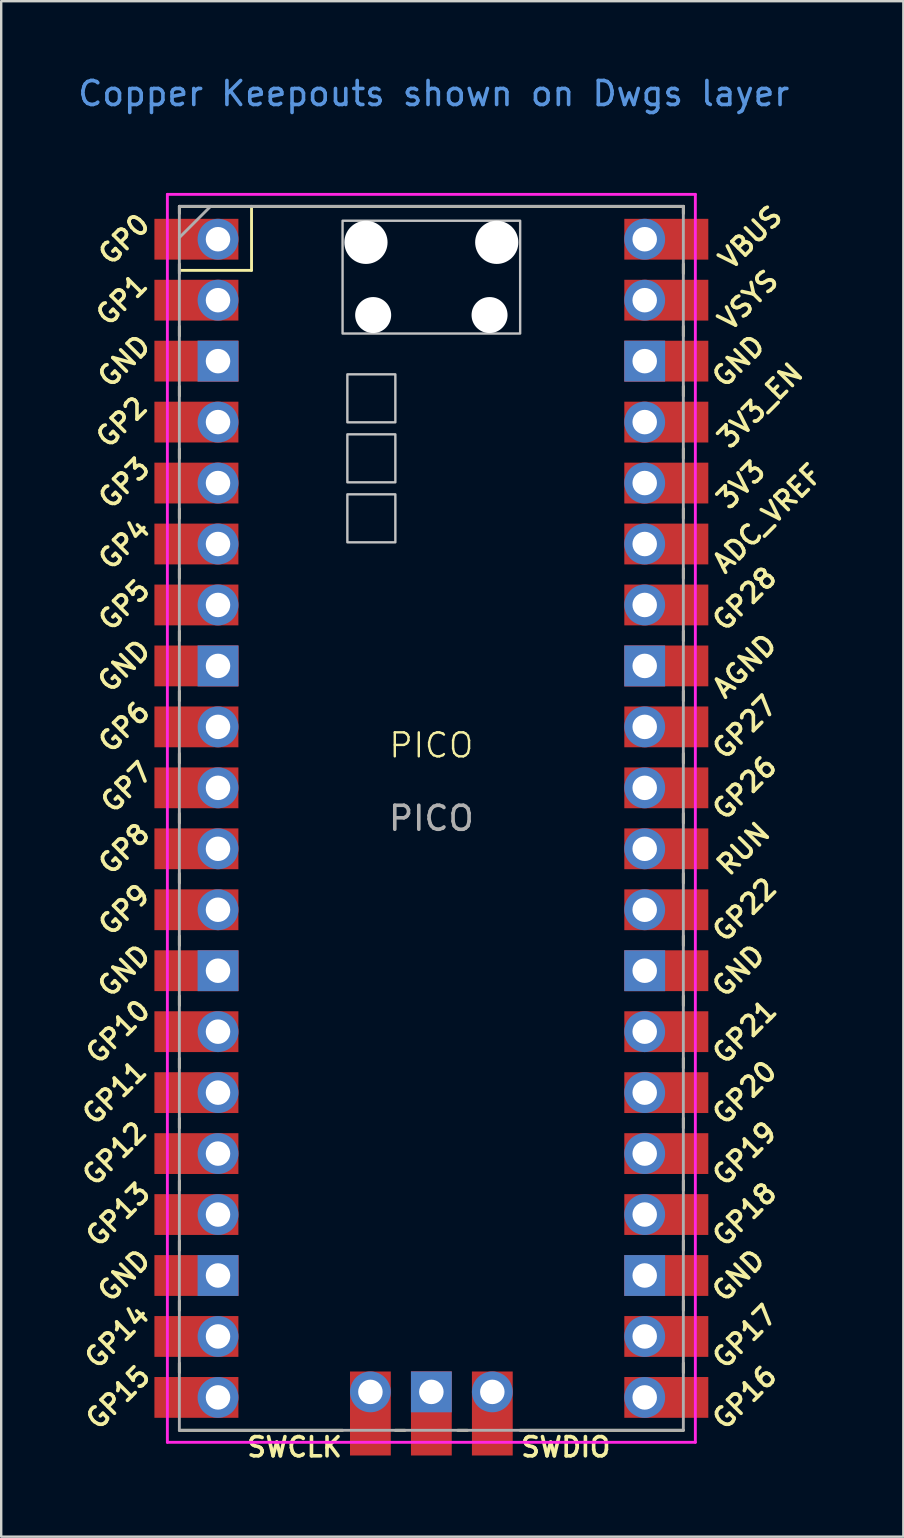
<source format=kicad_pcb>
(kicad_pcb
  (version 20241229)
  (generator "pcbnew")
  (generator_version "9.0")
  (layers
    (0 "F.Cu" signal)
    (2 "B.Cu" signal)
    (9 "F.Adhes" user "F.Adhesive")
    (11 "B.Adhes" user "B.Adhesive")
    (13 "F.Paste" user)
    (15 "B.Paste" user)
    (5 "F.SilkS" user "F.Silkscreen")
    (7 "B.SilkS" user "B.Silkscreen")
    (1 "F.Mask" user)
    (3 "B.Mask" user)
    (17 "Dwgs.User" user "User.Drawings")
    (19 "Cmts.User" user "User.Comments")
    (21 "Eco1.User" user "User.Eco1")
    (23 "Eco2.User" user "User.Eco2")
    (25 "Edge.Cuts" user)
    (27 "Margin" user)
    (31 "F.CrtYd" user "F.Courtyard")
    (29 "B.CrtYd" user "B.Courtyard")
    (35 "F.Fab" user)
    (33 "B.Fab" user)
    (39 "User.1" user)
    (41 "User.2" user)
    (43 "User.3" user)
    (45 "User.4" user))
  (footprint "PICO"
    (layer "F.Cu")
    (at 14.924 28.508)
    (property "Reference" "PICO" (at 0 -0.5 0) (unlocked yes) (layer "F.SilkS") (effects (font (size 1 1) (thickness 0.1))))
    (fp_line (start -10.5 -22.96) (end -10.5 -22.66) (stroke (width 0.12) (type solid)) (layer "F.SilkS"))
    (fp_line (start -10.5 -22.96) (end 10.5 -22.96) (stroke (width 0.12) (type solid)) (layer "F.SilkS"))
    (fp_line (start -10.5 -20.56) (end -10.5 -20.16) (stroke (width 0.12) (type solid)) (layer "F.SilkS"))
    (fp_line (start -10.5 -20.293) (end -7.493 -20.293) (stroke (width 0.12) (type solid)) (layer "F.SilkS"))
    (fp_line (start -10.5 -17.96) (end -10.5 -17.56) (stroke (width 0.12) (type solid)) (layer "F.SilkS"))
    (fp_line (start -10.5 -15.46) (end -10.5 -15.06) (stroke (width 0.12) (type solid)) (layer "F.SilkS"))
    (fp_line (start -10.5 -12.86) (end -10.5 -12.46) (stroke (width 0.12) (type solid)) (layer "F.SilkS"))
    (fp_line (start -10.5 -10.36) (end -10.5 -9.96) (stroke (width 0.12) (type solid)) (layer "F.SilkS"))
    (fp_line (start -10.5 -7.86) (end -10.5 -7.46) (stroke (width 0.12) (type solid)) (layer "F.SilkS"))
    (fp_line (start -10.5 -5.26) (end -10.5 -4.86) (stroke (width 0.12) (type solid)) (layer "F.SilkS"))
    (fp_line (start -10.5 -2.76) (end -10.5 -2.36) (stroke (width 0.12) (type solid)) (layer "F.SilkS"))
    (fp_line (start -10.5 -0.16) (end -10.5 0.24) (stroke (width 0.12) (type solid)) (layer "F.SilkS"))
    (fp_line (start -10.5 2.34) (end -10.5 2.74) (stroke (width 0.12) (type solid)) (layer "F.SilkS"))
    (fp_line (start -10.5 4.84) (end -10.5 5.24) (stroke (width 0.12) (type solid)) (layer "F.SilkS"))
    (fp_line (start -10.5 7.44) (end -10.5 7.84) (stroke (width 0.12) (type solid)) (layer "F.SilkS"))
    (fp_line (start -10.5 9.94) (end -10.5 10.34) (stroke (width 0.12) (type solid)) (layer "F.SilkS"))
    (fp_line (start -10.5 12.54) (end -10.5 12.94) (stroke (width 0.12) (type solid)) (layer "F.SilkS"))
    (fp_line (start -10.5 15.04) (end -10.5 15.44) (stroke (width 0.12) (type solid)) (layer "F.SilkS"))
    (fp_line (start -10.5 17.64) (end -10.5 18.04) (stroke (width 0.12) (type solid)) (layer "F.SilkS"))
    (fp_line (start -10.5 20.14) (end -10.5 20.54) (stroke (width 0.12) (type solid)) (layer "F.SilkS"))
    (fp_line (start -10.5 22.64) (end -10.5 23.04) (stroke (width 0.12) (type solid)) (layer "F.SilkS"))
    (fp_line (start -10.5 25.24) (end -10.5 25.64) (stroke (width 0.12) (type solid)) (layer "F.SilkS"))
    (fp_line (start -7.493 -20.293) (end -7.493 -22.96) (stroke (width 0.12) (type solid)) (layer "F.SilkS"))
    (fp_line (start -3.7 28.04) (end -10.5 28.04) (stroke (width 0.12) (type solid)) (layer "F.SilkS"))
    (fp_line (start -1.5 28.04) (end -1.1 28.04) (stroke (width 0.12) (type solid)) (layer "F.SilkS"))
    (fp_line (start 1.1 28.04) (end 1.5 28.04) (stroke (width 0.12) (type solid)) (layer "F.SilkS"))
    (fp_line (start 10.5 -22.96) (end 10.5 -22.66) (stroke (width 0.12) (type solid)) (layer "F.SilkS"))
    (fp_line (start 10.5 -20.56) (end 10.5 -20.16) (stroke (width 0.12) (type solid)) (layer "F.SilkS"))
    (fp_line (start 10.5 -17.96) (end 10.5 -17.56) (stroke (width 0.12) (type solid)) (layer "F.SilkS"))
    (fp_line (start 10.5 -15.46) (end 10.5 -15.06) (stroke (width 0.12) (type solid)) (layer "F.SilkS"))
    (fp_line (start 10.5 -12.86) (end 10.5 -12.46) (stroke (width 0.12) (type solid)) (layer "F.SilkS"))
    (fp_line (start 10.5 -10.36) (end 10.5 -9.96) (stroke (width 0.12) (type solid)) (layer "F.SilkS"))
    (fp_line (start 10.5 -7.86) (end 10.5 -7.46) (stroke (width 0.12) (type solid)) (layer "F.SilkS"))
    (fp_line (start 10.5 -5.26) (end 10.5 -4.86) (stroke (width 0.12) (type solid)) (layer "F.SilkS"))
    (fp_line (start 10.5 -2.76) (end 10.5 -2.36) (stroke (width 0.12) (type solid)) (layer "F.SilkS"))
    (fp_line (start 10.5 -0.16) (end 10.5 0.24) (stroke (width 0.12) (type solid)) (layer "F.SilkS"))
    (fp_line (start 10.5 2.34) (end 10.5 2.74) (stroke (width 0.12) (type solid)) (layer "F.SilkS"))
    (fp_line (start 10.5 4.84) (end 10.5 5.24) (stroke (width 0.12) (type solid)) (layer "F.SilkS"))
    (fp_line (start 10.5 7.44) (end 10.5 7.84) (stroke (width 0.12) (type solid)) (layer "F.SilkS"))
    (fp_line (start 10.5 9.94) (end 10.5 10.34) (stroke (width 0.12) (type solid)) (layer "F.SilkS"))
    (fp_line (start 10.5 12.54) (end 10.5 12.94) (stroke (width 0.12) (type solid)) (layer "F.SilkS"))
    (fp_line (start 10.5 15.04) (end 10.5 15.44) (stroke (width 0.12) (type solid)) (layer "F.SilkS"))
    (fp_line (start 10.5 17.64) (end 10.5 18.04) (stroke (width 0.12) (type solid)) (layer "F.SilkS"))
    (fp_line (start 10.5 20.14) (end 10.5 20.54) (stroke (width 0.12) (type solid)) (layer "F.SilkS"))
    (fp_line (start 10.5 22.64) (end 10.5 23.04) (stroke (width 0.12) (type solid)) (layer "F.SilkS"))
    (fp_line (start 10.5 25.24) (end 10.5 25.64) (stroke (width 0.12) (type solid)) (layer "F.SilkS"))
    (fp_line (start 10.5 28.04) (end 3.7 28.04) (stroke (width 0.12) (type solid)) (layer "F.SilkS"))
    (fp_poly (pts (xy -1.5 -13.96) (xy -3.5 -13.96) (xy -3.5 -15.96) (xy -1.5 -15.96)) (stroke (width 0.1) (type solid)) (fill no) (layer "Dwgs.User"))
    (fp_poly (pts (xy -1.5 -11.46) (xy -3.5 -11.46) (xy -3.5 -13.46) (xy -1.5 -13.46)) (stroke (width 0.1) (type solid)) (fill no) (layer "Dwgs.User"))
    (fp_poly (pts (xy -1.5 -8.96) (xy -3.5 -8.96) (xy -3.5 -10.96) (xy -1.5 -10.96)) (stroke (width 0.1) (type solid)) (fill no) (layer "Dwgs.User"))
    (fp_poly (pts (xy 3.7 -17.66) (xy -3.7 -17.66) (xy -3.7 -22.36) (xy 3.7 -22.36)) (stroke (width 0.1) (type solid)) (fill no) (layer "Dwgs.User"))
    (fp_line (start -11 -23.46) (end 11 -23.46) (stroke (width 0.12) (type solid)) (layer "F.CrtYd"))
    (fp_line (start -11 28.54) (end -11 -23.46) (stroke (width 0.12) (type solid)) (layer "F.CrtYd"))
    (fp_line (start 11 -23.46) (end 11 28.54) (stroke (width 0.12) (type solid)) (layer "F.CrtYd"))
    (fp_line (start 11 28.54) (end -11 28.54) (stroke (width 0.12) (type solid)) (layer "F.CrtYd"))
    (fp_line (start -10.5 -22.96) (end 10.5 -22.96) (stroke (width 0.12) (type solid)) (layer "F.Fab"))
    (fp_line (start -10.5 -21.66) (end -9.2 -22.96) (stroke (width 0.12) (type solid)) (layer "F.Fab"))
    (fp_line (start -10.5 28.04) (end -10.5 -22.96) (stroke (width 0.12) (type solid)) (layer "F.Fab"))
    (fp_line (start 10.5 -22.96) (end 10.5 28.04) (stroke (width 0.12) (type solid)) (layer "F.Fab"))
    (fp_line (start 10.5 28.04) (end -10.5 28.04) (stroke (width 0.12) (type solid)) (layer "F.Fab"))
    (fp_text user "GP17" (at 13.054 24.13 45) (layer "F.SilkS") (effects (font (size 0.8 0.8) (thickness 0.15))))
    (fp_text user "ADC_VREF" (at 14 -9.96 45) (layer "F.SilkS") (effects (font (size 0.8 0.8) (thickness 0.15))))
    (fp_text user "GP1" (at -12.9 -19.06 45) (layer "F.SilkS") (effects (font (size 0.8 0.8) (thickness 0.15))))
    (fp_text user "GND" (at -12.8 -16.51 45) (layer "F.SilkS") (effects (font (size 0.8 0.8) (thickness 0.15))))
    (fp_text user "GP9" (at -12.8 6.35 45) (layer "F.SilkS") (effects (font (size 0.8 0.8) (thickness 0.15))))
    (fp_text user "SWCLK" (at -5.7 28.74 0) (layer "F.SilkS") (effects (font (size 0.8 0.8) (thickness 0.15))))
    (fp_text user "GP7" (at -12.7 1.24 45) (layer "F.SilkS") (effects (font (size 0.8 0.8) (thickness 0.15))))
    (fp_text user "GP14" (at -13.1 24.13 45) (layer "F.SilkS") (effects (font (size 0.8 0.8) (thickness 0.15))))
    (fp_text user "RUN" (at 13 3.81 45) (layer "F.SilkS") (effects (font (size 0.8 0.8) (thickness 0.15))))
    (fp_text user "GP18" (at 13.054 19.05 45) (layer "F.SilkS") (effects (font (size 0.8 0.8) (thickness 0.15))))
    (fp_text user "GP3" (at -12.8 -11.43 45) (layer "F.SilkS") (effects (font (size 0.8 0.8) (thickness 0.15))))
    (fp_text user "GP26" (at 13.054 1.27 45) (layer "F.SilkS") (effects (font (size 0.8 0.8) (thickness 0.15))))
    (fp_text user "GND" (at 12.8 -16.51 45) (layer "F.SilkS") (effects (font (size 0.8 0.8) (thickness 0.15))))
    (fp_text user "VBUS" (at 13.3 -21.66 45) (layer "F.SilkS") (effects (font (size 0.8 0.8) (thickness 0.15))))
    (fp_text user "3V3_EN" (at 13.7 -14.66 45) (layer "F.SilkS") (effects (font (size 0.8 0.8) (thickness 0.15))))
    (fp_text user "GP27" (at 13.054 -1.26 45) (layer "F.SilkS") (effects (font (size 0.8 0.8) (thickness 0.15))))
    (fp_text user "GP21" (at 13.054 11.44 45) (layer "F.SilkS") (effects (font (size 0.8 0.8) (thickness 0.15))))
    (fp_text user "GND" (at -12.8 -3.81 45) (layer "F.SilkS") (effects (font (size 0.8 0.8) (thickness 0.15))))
    (fp_text user "AGND" (at 13.054 -3.81 45) (layer "F.SilkS") (effects (font (size 0.8 0.8) (thickness 0.15))))
    (fp_text user "SWDIO" (at 5.6 28.74 0) (layer "F.SilkS") (effects (font (size 0.8 0.8) (thickness 0.15))))
    (fp_text user "GP19" (at 13.054 16.51 45) (layer "F.SilkS") (effects (font (size 0.8 0.8) (thickness 0.15))))
    (fp_text user "VSYS" (at 13.2 -19.05 45) (layer "F.SilkS") (effects (font (size 0.8 0.8) (thickness 0.15))))
    (fp_text user "GP20" (at 13.054 13.97 45) (layer "F.SilkS") (effects (font (size 0.8 0.8) (thickness 0.15))))
    (fp_text user "GND" (at -12.8 8.89 45) (layer "F.SilkS") (effects (font (size 0.8 0.8) (thickness 0.15))))
    (fp_text user "GP28" (at 13.054 -6.604 45) (layer "F.SilkS") (effects (font (size 0.8 0.8) (thickness 0.15))))
    (fp_text user "GP12" (at -13.2 16.51 45) (layer "F.SilkS") (effects (font (size 0.8 0.8) (thickness 0.15))))
    (fp_text user "GND" (at 12.8 21.59 45) (layer "F.SilkS") (effects (font (size 0.8 0.8) (thickness 0.15))))
    (fp_text user "GP10" (at -13.054 11.43 45) (layer "F.SilkS") (effects (font (size 0.8 0.8) (thickness 0.15))))
    (fp_text user "GP2" (at -12.9 -13.97 45) (layer "F.SilkS") (effects (font (size 0.8 0.8) (thickness 0.15))))
    (fp_text user "GP5" (at -12.8 -6.35 45) (layer "F.SilkS") (effects (font (size 0.8 0.8) (thickness 0.15))))
    (fp_text user "GP11" (at -13.2 13.97 45) (layer "F.SilkS") (effects (font (size 0.8 0.8) (thickness 0.15))))
    (fp_text user "GND" (at 12.8 8.89 45) (layer "F.SilkS") (effects (font (size 0.8 0.8) (thickness 0.15))))
    (fp_text user "3V3" (at 12.9 -11.36 45) (layer "F.SilkS") (effects (font (size 0.8 0.8) (thickness 0.15))))
    (fp_text user "GP6" (at -12.8 -1.27 45) (layer "F.SilkS") (effects (font (size 0.8 0.8) (thickness 0.15))))
    (fp_text user "GP0" (at -12.8 -21.59 45) (layer "F.SilkS") (effects (font (size 0.8 0.8) (thickness 0.15))))
    (fp_text user "GND" (at -12.8 21.59 45) (layer "F.SilkS") (effects (font (size 0.8 0.8) (thickness 0.15))))
    (fp_text user "GP13" (at -13.054 19.05 45) (layer "F.SilkS") (effects (font (size 0.8 0.8) (thickness 0.15))))
    (fp_text user "GP22" (at 13.054 6.35 45) (layer "F.SilkS") (effects (font (size 0.8 0.8) (thickness 0.15))))
    (fp_text user "GP8" (at -12.8 3.81 45) (layer "F.SilkS") (effects (font (size 0.8 0.8) (thickness 0.15))))
    (fp_text user "GP16" (at 13.054 26.67 45) (layer "F.SilkS") (effects (font (size 0.8 0.8) (thickness 0.15))))
    (fp_text user "GP4" (at -12.8 -8.89 45) (layer "F.SilkS") (effects (font (size 0.8 0.8) (thickness 0.15))))
    (fp_text user "GP15" (at -13.054 26.67 45) (layer "F.SilkS") (effects (font (size 0.8 0.8) (thickness 0.15))))
    (fp_text user "Copper Keepouts shown on Dwgs layer" (at 0.1 -27.66 0) (layer "Cmts.User") (effects (font (size 1 1) (thickness 0.15))))
    (fp_text user "${REFERENCE}" (at 0 2.54 180) (layer "F.Fab") (effects (font (size 1 1) (thickness 0.15))))
    (pad "" np_thru_hole oval (at -2.725 -21.46) (size 1.8 1.8) (drill 1.8) (layers "*.Cu" "*.Mask"))
    (pad "" np_thru_hole oval (at -2.425 -18.43) (size 1.5 1.5) (drill 1.5) (layers "*.Cu" "*.Mask"))
    (pad "" np_thru_hole oval (at 2.425 -18.43) (size 1.5 1.5) (drill 1.5) (layers "*.Cu" "*.Mask"))
    (pad "" np_thru_hole oval (at 2.725 -21.46) (size 1.8 1.8) (drill 1.8) (layers "*.Cu" "*.Mask"))
    (pad "1" thru_hole oval (at -8.89 -21.59) (size 1.7 1.7) (drill 1.02) (layers "*.Cu" "*.Mask"))
    (pad "1" smd rect (at -8.89 -21.59) (size 3.5 1.7) (drill (offset -0.9 0)) (layers "F.Cu" "F.Mask"))
    (pad "2" thru_hole oval (at -8.89 -19.05) (size 1.7 1.7) (drill 1.02) (layers "*.Cu" "*.Mask"))
    (pad "2" smd rect (at -8.89 -19.05) (size 3.5 1.7) (drill (offset -0.9 0)) (layers "F.Cu" "F.Mask"))
    (pad "3" thru_hole rect (at -8.89 -16.51) (size 1.7 1.7) (drill 1.02) (layers "*.Cu" "*.Mask"))
    (pad "3" smd rect (at -8.89 -16.51) (size 3.5 1.7) (drill (offset -0.9 0)) (layers "F.Cu" "F.Mask"))
    (pad "4" thru_hole oval (at -8.89 -13.97) (size 1.7 1.7) (drill 1.02) (layers "*.Cu" "*.Mask"))
    (pad "4" smd rect (at -8.89 -13.97) (size 3.5 1.7) (drill (offset -0.9 0)) (layers "F.Cu" "F.Mask"))
    (pad "5" thru_hole oval (at -8.89 -11.43) (size 1.7 1.7) (drill 1.02) (layers "*.Cu" "*.Mask"))
    (pad "5" smd rect (at -8.89 -11.43) (size 3.5 1.7) (drill (offset -0.9 0)) (layers "F.Cu" "F.Mask"))
    (pad "6" thru_hole oval (at -8.89 -8.89) (size 1.7 1.7) (drill 1.02) (layers "*.Cu" "*.Mask"))
    (pad "6" smd rect (at -8.89 -8.89) (size 3.5 1.7) (drill (offset -0.9 0)) (layers "F.Cu" "F.Mask"))
    (pad "7" thru_hole oval (at -8.89 -6.35) (size 1.7 1.7) (drill 1.02) (layers "*.Cu" "*.Mask"))
    (pad "7" smd rect (at -8.89 -6.35) (size 3.5 1.7) (drill (offset -0.9 0)) (layers "F.Cu" "F.Mask"))
    (pad "8" thru_hole rect (at -8.89 -3.81) (size 1.7 1.7) (drill 1.02) (layers "*.Cu" "*.Mask"))
    (pad "8" smd rect (at -8.89 -3.81) (size 3.5 1.7) (drill (offset -0.9 0)) (layers "F.Cu" "F.Mask"))
    (pad "9" thru_hole oval (at -8.89 -1.27) (size 1.7 1.7) (drill 1.02) (layers "*.Cu" "*.Mask"))
    (pad "9" smd rect (at -8.89 -1.27) (size 3.5 1.7) (drill (offset -0.9 0)) (layers "F.Cu" "F.Mask"))
    (pad "10" thru_hole oval (at -8.89 1.27) (size 1.7 1.7) (drill 1.02) (layers "*.Cu" "*.Mask"))
    (pad "10" smd rect (at -8.89 1.27) (size 3.5 1.7) (drill (offset -0.9 0)) (layers "F.Cu" "F.Mask"))
    (pad "11" thru_hole oval (at -8.89 3.81) (size 1.7 1.7) (drill 1.02) (layers "*.Cu" "*.Mask"))
    (pad "11" smd rect (at -8.89 3.81) (size 3.5 1.7) (drill (offset -0.9 0)) (layers "F.Cu" "F.Mask"))
    (pad "12" thru_hole oval (at -8.89 6.35) (size 1.7 1.7) (drill 1.02) (layers "*.Cu" "*.Mask"))
    (pad "12" smd rect (at -8.89 6.35) (size 3.5 1.7) (drill (offset -0.9 0)) (layers "F.Cu" "F.Mask"))
    (pad "13" thru_hole rect (at -8.89 8.89) (size 1.7 1.7) (drill 1.02) (layers "*.Cu" "*.Mask"))
    (pad "13" smd rect (at -8.89 8.89) (size 3.5 1.7) (drill (offset -0.9 0)) (layers "F.Cu" "F.Mask"))
    (pad "14" thru_hole oval (at -8.89 11.43) (size 1.7 1.7) (drill 1.02) (layers "*.Cu" "*.Mask"))
    (pad "14" smd rect (at -8.89 11.43) (size 3.5 1.7) (drill (offset -0.9 0)) (layers "F.Cu" "F.Mask"))
    (pad "15" thru_hole oval (at -8.89 13.97) (size 1.7 1.7) (drill 1.02) (layers "*.Cu" "*.Mask"))
    (pad "15" smd rect (at -8.89 13.97) (size 3.5 1.7) (drill (offset -0.9 0)) (layers "F.Cu" "F.Mask"))
    (pad "16" thru_hole oval (at -8.89 16.51) (size 1.7 1.7) (drill 1.02) (layers "*.Cu" "*.Mask"))
    (pad "16" smd rect (at -8.89 16.51) (size 3.5 1.7) (drill (offset -0.9 0)) (layers "F.Cu" "F.Mask"))
    (pad "17" thru_hole oval (at -8.89 19.05) (size 1.7 1.7) (drill 1.02) (layers "*.Cu" "*.Mask"))
    (pad "17" smd rect (at -8.89 19.05) (size 3.5 1.7) (drill (offset -0.9 0)) (layers "F.Cu" "F.Mask"))
    (pad "18" thru_hole rect (at -8.89 21.59) (size 1.7 1.7) (drill 1.02) (layers "*.Cu" "*.Mask"))
    (pad "18" smd rect (at -8.89 21.59) (size 3.5 1.7) (drill (offset -0.9 0)) (layers "F.Cu" "F.Mask"))
    (pad "19" thru_hole oval (at -8.89 24.13) (size 1.7 1.7) (drill 1.02) (layers "*.Cu" "*.Mask"))
    (pad "19" smd rect (at -8.89 24.13) (size 3.5 1.7) (drill (offset -0.9 0)) (layers "F.Cu" "F.Mask"))
    (pad "20" thru_hole oval (at -8.89 26.67) (size 1.7 1.7) (drill 1.02) (layers "*.Cu" "*.Mask"))
    (pad "20" smd rect (at -8.89 26.67) (size 3.5 1.7) (drill (offset -0.9 0)) (layers "F.Cu" "F.Mask"))
    (pad "21" thru_hole oval (at 8.89 26.67) (size 1.7 1.7) (drill 1.02) (layers "*.Cu" "*.Mask"))
    (pad "21" smd rect (at 8.89 26.67) (size 3.5 1.7) (drill (offset 0.9 0)) (layers "F.Cu" "F.Mask"))
    (pad "22" thru_hole oval (at 8.89 24.13) (size 1.7 1.7) (drill 1.02) (layers "*.Cu" "*.Mask"))
    (pad "22" smd rect (at 8.89 24.13) (size 3.5 1.7) (drill (offset 0.9 0)) (layers "F.Cu" "F.Mask"))
    (pad "23" thru_hole rect (at 8.89 21.59) (size 1.7 1.7) (drill 1.02) (layers "*.Cu" "*.Mask"))
    (pad "23" smd rect (at 8.89 21.59) (size 3.5 1.7) (drill (offset 0.9 0)) (layers "F.Cu" "F.Mask"))
    (pad "24" thru_hole oval (at 8.89 19.05) (size 1.7 1.7) (drill 1.02) (layers "*.Cu" "*.Mask"))
    (pad "24" smd rect (at 8.89 19.05) (size 3.5 1.7) (drill (offset 0.9 0)) (layers "F.Cu" "F.Mask"))
    (pad "25" thru_hole oval (at 8.89 16.51) (size 1.7 1.7) (drill 1.02) (layers "*.Cu" "*.Mask"))
    (pad "25" smd rect (at 8.89 16.51) (size 3.5 1.7) (drill (offset 0.9 0)) (layers "F.Cu" "F.Mask"))
    (pad "26" thru_hole oval (at 8.89 13.97) (size 1.7 1.7) (drill 1.02) (layers "*.Cu" "*.Mask"))
    (pad "26" smd rect (at 8.89 13.97) (size 3.5 1.7) (drill (offset 0.9 0)) (layers "F.Cu" "F.Mask"))
    (pad "27" thru_hole oval (at 8.89 11.43) (size 1.7 1.7) (drill 1.02) (layers "*.Cu" "*.Mask"))
    (pad "27" smd rect (at 8.89 11.43) (size 3.5 1.7) (drill (offset 0.9 0)) (layers "F.Cu" "F.Mask"))
    (pad "28" thru_hole rect (at 8.89 8.89) (size 1.7 1.7) (drill 1.02) (layers "*.Cu" "*.Mask"))
    (pad "28" smd rect (at 8.89 8.89) (size 3.5 1.7) (drill (offset 0.9 0)) (layers "F.Cu" "F.Mask"))
    (pad "29" thru_hole oval (at 8.89 6.35) (size 1.7 1.7) (drill 1.02) (layers "*.Cu" "*.Mask"))
    (pad "29" smd rect (at 8.89 6.35) (size 3.5 1.7) (drill (offset 0.9 0)) (layers "F.Cu" "F.Mask"))
    (pad "30" thru_hole oval (at 8.89 3.81) (size 1.7 1.7) (drill 1.02) (layers "*.Cu" "*.Mask"))
    (pad "30" smd rect (at 8.89 3.81) (size 3.5 1.7) (drill (offset 0.9 0)) (layers "F.Cu" "F.Mask"))
    (pad "31" thru_hole oval (at 8.89 1.27) (size 1.7 1.7) (drill 1.02) (layers "*.Cu" "*.Mask"))
    (pad "31" smd rect (at 8.89 1.27) (size 3.5 1.7) (drill (offset 0.9 0)) (layers "F.Cu" "F.Mask"))
    (pad "32" thru_hole oval (at 8.89 -1.27) (size 1.7 1.7) (drill 1.02) (layers "*.Cu" "*.Mask"))
    (pad "32" smd rect (at 8.89 -1.27) (size 3.5 1.7) (drill (offset 0.9 0)) (layers "F.Cu" "F.Mask"))
    (pad "33" thru_hole rect (at 8.89 -3.81) (size 1.7 1.7) (drill 1.02) (layers "*.Cu" "*.Mask"))
    (pad "33" smd rect (at 8.89 -3.81) (size 3.5 1.7) (drill (offset 0.9 0)) (layers "F.Cu" "F.Mask"))
    (pad "34" thru_hole oval (at 8.89 -6.35) (size 1.7 1.7) (drill 1.02) (layers "*.Cu" "*.Mask"))
    (pad "34" smd rect (at 8.89 -6.35) (size 3.5 1.7) (drill (offset 0.9 0)) (layers "F.Cu" "F.Mask"))
    (pad "35" thru_hole oval (at 8.89 -8.89) (size 1.7 1.7) (drill 1.02) (layers "*.Cu" "*.Mask"))
    (pad "35" smd rect (at 8.89 -8.89) (size 3.5 1.7) (drill (offset 0.9 0)) (layers "F.Cu" "F.Mask"))
    (pad "36" thru_hole oval (at 8.89 -11.43) (size 1.7 1.7) (drill 1.02) (layers "*.Cu" "*.Mask"))
    (pad "36" smd rect (at 8.89 -11.43) (size 3.5 1.7) (drill (offset 0.9 0)) (layers "F.Cu" "F.Mask"))
    (pad "37" thru_hole oval (at 8.89 -13.97) (size 1.7 1.7) (drill 1.02) (layers "*.Cu" "*.Mask"))
    (pad "37" smd rect (at 8.89 -13.97) (size 3.5 1.7) (drill (offset 0.9 0)) (layers "F.Cu" "F.Mask"))
    (pad "38" thru_hole rect (at 8.89 -16.51) (size 1.7 1.7) (drill 1.02) (layers "*.Cu" "*.Mask"))
    (pad "38" smd rect (at 8.89 -16.51) (size 3.5 1.7) (drill (offset 0.9 0)) (layers "F.Cu" "F.Mask"))
    (pad "39" thru_hole oval (at 8.89 -19.05) (size 1.7 1.7) (drill 1.02) (layers "*.Cu" "*.Mask"))
    (pad "39" smd rect (at 8.89 -19.05) (size 3.5 1.7) (drill (offset 0.9 0)) (layers "F.Cu" "F.Mask"))
    (pad "40" thru_hole oval (at 8.89 -21.59) (size 1.7 1.7) (drill 1.02) (layers "*.Cu" "*.Mask"))
    (pad "40" smd rect (at 8.89 -21.59) (size 3.5 1.7) (drill (offset 0.9 0)) (layers "F.Cu" "F.Mask"))
    (pad "41" thru_hole oval (at -2.54 26.44) (size 1.7 1.7) (drill 1.02) (layers "*.Cu" "*.Mask"))
    (pad "41" smd rect (at -2.54 26.44 90) (size 3.5 1.7) (drill (offset -0.9 0)) (layers "F.Cu" "F.Mask"))
    (pad "42" thru_hole rect (at 0 26.44) (size 1.7 1.7) (drill 1.02) (layers "*.Cu" "*.Mask"))
    (pad "42" smd rect (at 0 26.44 90) (size 3.5 1.7) (drill (offset -0.9 0)) (layers "F.Cu" "F.Mask"))
    (pad "43" thru_hole oval (at 2.54 26.44) (size 1.7 1.7) (drill 1.02) (layers "*.Cu" "*.Mask"))
    (pad "43" smd rect (at 2.54 26.44 90) (size 3.5 1.7) (drill (offset -0.9 0)) (layers "F.Cu" "F.Mask")))
  (gr_rect
    (start -3 -3)
    (end 34.591 60.98)
    (stroke (width 0.1) (type default))
    (fill no)
    (layer "Edge.Cuts")))
</source>
